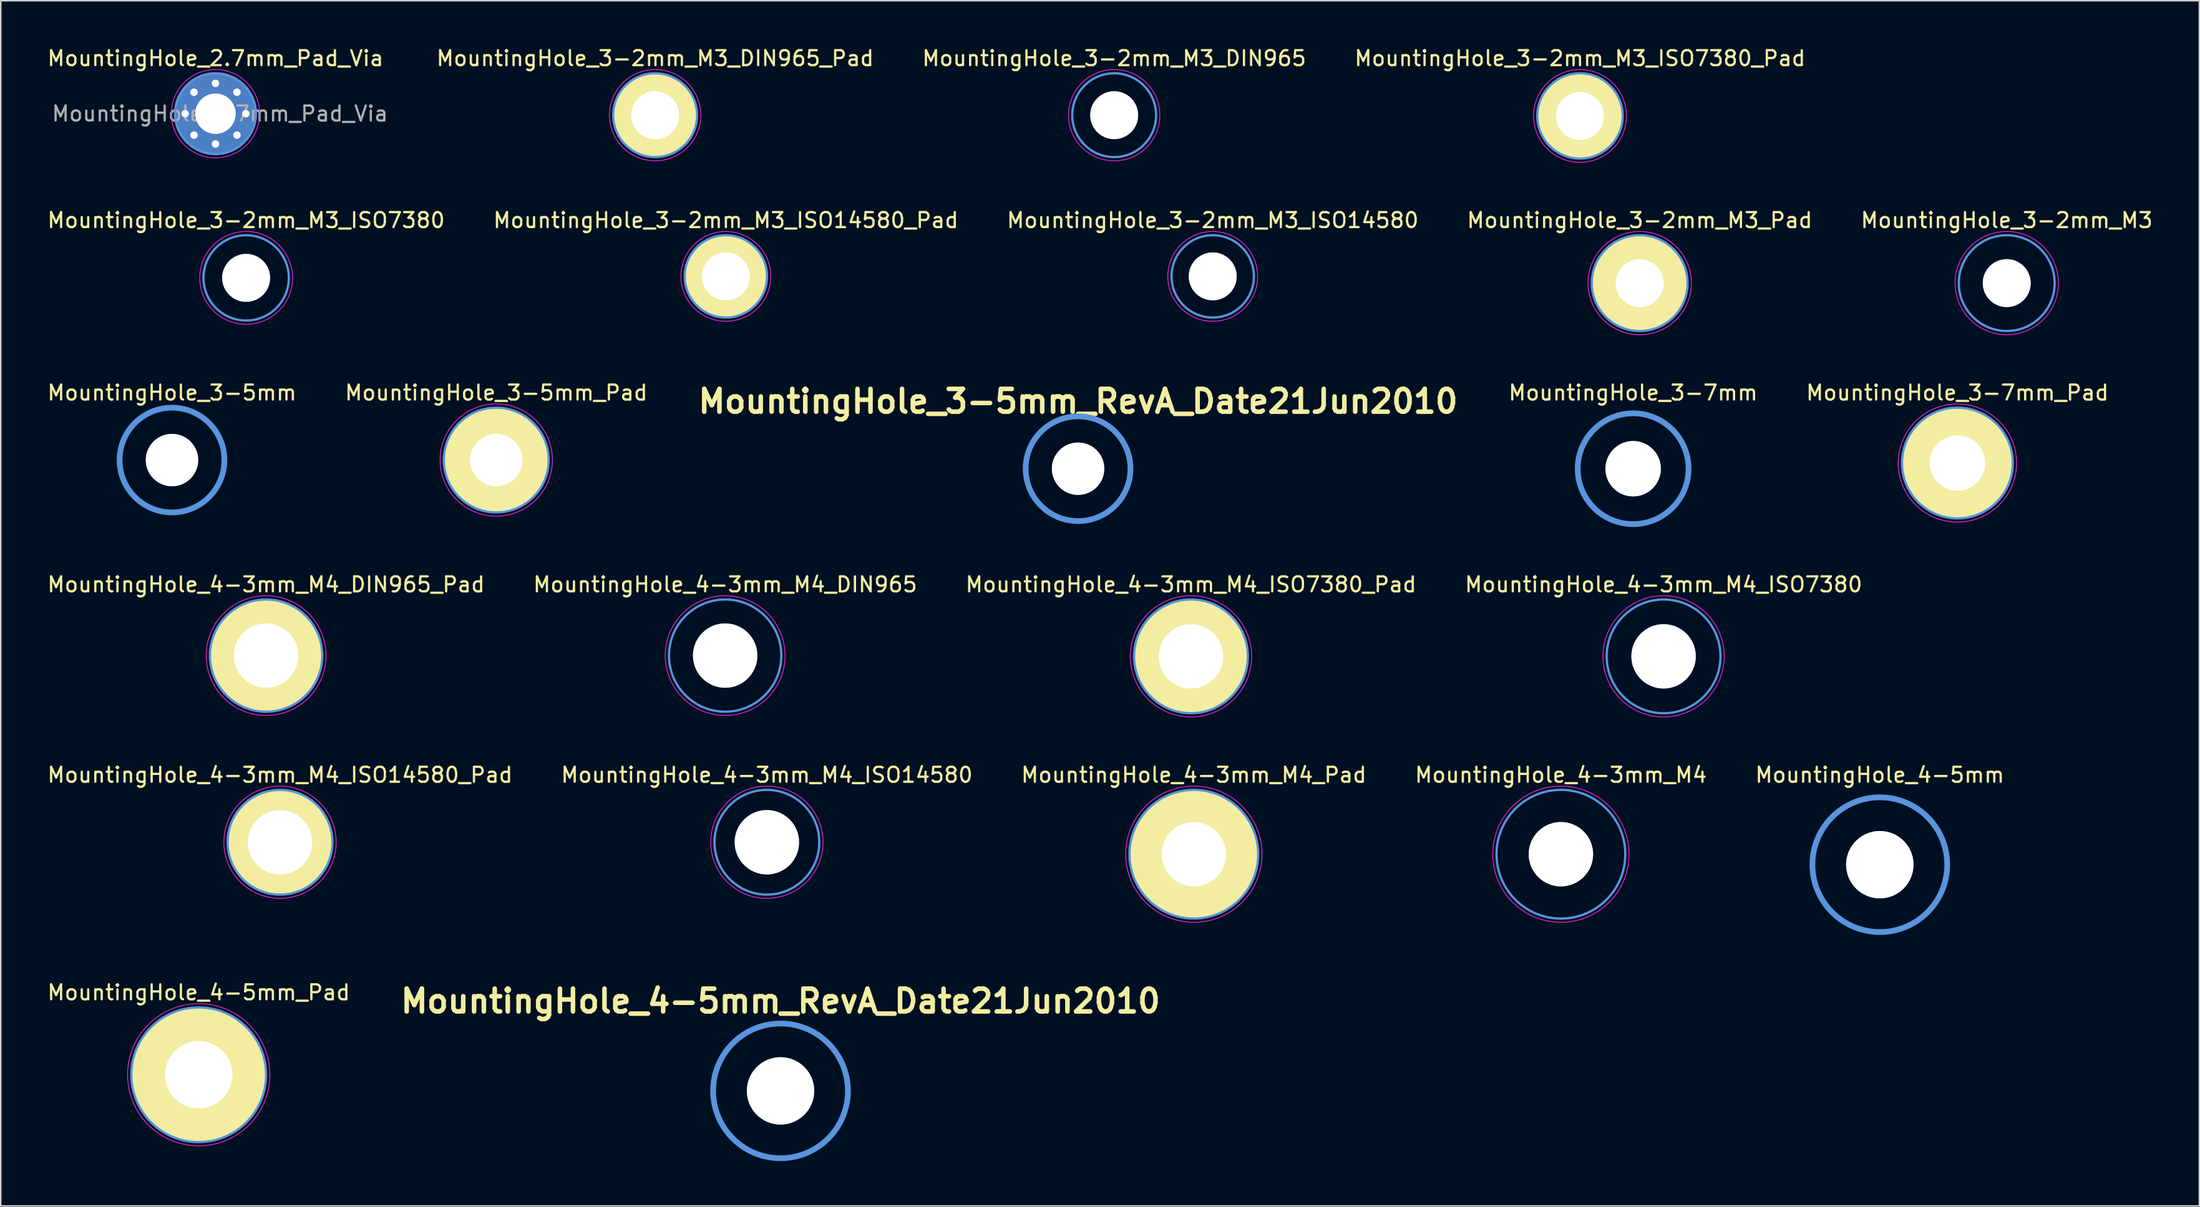
<source format=kicad_pcb>
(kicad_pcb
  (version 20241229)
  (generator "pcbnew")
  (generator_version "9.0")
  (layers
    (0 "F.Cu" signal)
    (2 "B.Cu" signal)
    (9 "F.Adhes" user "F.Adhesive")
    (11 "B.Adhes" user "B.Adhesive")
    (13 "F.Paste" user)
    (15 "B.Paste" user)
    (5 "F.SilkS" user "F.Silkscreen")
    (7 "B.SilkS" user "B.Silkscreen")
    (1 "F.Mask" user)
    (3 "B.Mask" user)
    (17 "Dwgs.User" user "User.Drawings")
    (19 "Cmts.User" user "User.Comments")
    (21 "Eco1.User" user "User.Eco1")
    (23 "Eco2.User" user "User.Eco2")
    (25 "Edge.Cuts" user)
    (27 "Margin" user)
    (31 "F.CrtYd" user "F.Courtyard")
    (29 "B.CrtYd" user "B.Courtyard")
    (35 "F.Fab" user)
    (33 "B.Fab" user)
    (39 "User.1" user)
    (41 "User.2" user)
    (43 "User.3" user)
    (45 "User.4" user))
  (footprint "MountingHole_4-3mm_M4_ISO14580_Pad"
    (layer "F.Cu")
    (at 15.649 53.238)
    (property "Reference" "MountingHole_4-3mm_M4_ISO14580_Pad" (at 0 -4.5 0) (layer "F.SilkS") (effects (font (size 1 1) (thickness 0.15))))
    (attr through_hole)
    (fp_circle (center 0 0) (end 3.5 0) (stroke (width 0.15) (type solid)) (fill no) (layer "Cmts.User"))
    (fp_circle (center 0 0) (end 3.75 0) (stroke (width 0.05) (type solid)) (fill no) (layer "F.CrtYd"))
    (pad "1" thru_hole circle (at 0 0) (size 7 7) (drill 4.3) (layers "*.Cu" "*.Mask" "F.SilkS")))
  (footprint "MountingHole_4-3mm_M4"
    (layer "F.Cu")
    (at 101.185 54.038)
    (property "Reference" "MountingHole_4-3mm_M4" (at 0 -5.3 0) (layer "F.SilkS") (effects (font (size 1 1) (thickness 0.15))))
    (attr through_hole)
    (fp_circle (center 0 0) (end 4.3 0) (stroke (width 0.15) (type solid)) (fill no) (layer "Cmts.User"))
    (fp_circle (center 0 0) (end 4.55 0) (stroke (width 0.05) (type solid)) (fill no) (layer "F.CrtYd"))
    (pad "" thru_hole circle (at 0 0) (size 4.3 4.3) (drill 4.3) (layers)))
  (footprint "MountingHole_4-3mm_M4_ISO7380_Pad"
    (layer "F.Cu")
    (at 76.482 40.814)
    (property "Reference" "MountingHole_4-3mm_M4_ISO7380_Pad" (at 0 -4.8 0) (layer "F.SilkS") (effects (font (size 1 1) (thickness 0.15))))
    (attr through_hole)
    (fp_circle (center 0 0) (end 3.8 0) (stroke (width 0.15) (type solid)) (fill no) (layer "Cmts.User"))
    (fp_circle (center 0 0) (end 4.05 0) (stroke (width 0.05) (type solid)) (fill no) (layer "F.CrtYd"))
    (pad "1" thru_hole circle (at 0 0) (size 7.6 7.6) (drill 4.3) (layers "*.Cu" "*.Mask" "F.SilkS")))
  (footprint "MountingHole_3-7mm"
    (layer "F.Cu")
    (at 106.009 28.275)
    (property "Reference" "MountingHole_3-7mm" (at 0 -5.08 0) (layer "F.SilkS") (effects (font (size 1 1) (thickness 0.15))))
    (attr through_hole)
    (fp_circle (center 0 0) (end 3.701 0) (stroke (width 0.381) (type solid)) (fill no) (layer "Cmts.User"))
    (pad "" thru_hole circle (at 0 0) (size 3.701 3.701) (drill 3.701) (layers)))
  (footprint "MountingHole_3-5mm"
    (layer "F.Cu")
    (at 8.435 27.696)
    (property "Reference" "MountingHole_3-5mm" (at 0 -4.501 0) (layer "F.SilkS") (effects (font (size 1 1) (thickness 0.15))))
    (attr through_hole)
    (fp_circle (center 0 0) (end 3.5 0) (stroke (width 0.381) (type solid)) (fill no) (layer "Cmts.User"))
    (pad "" thru_hole circle (at 0 0) (size 3.5 3.5) (drill 3.5) (layers)))
  (footprint "MountingHole_4-3mm_M4_Pad"
    (layer "F.Cu")
    (at 76.673 54.038)
    (property "Reference" "MountingHole_4-3mm_M4_Pad" (at 0 -5.3 0) (layer "F.SilkS") (effects (font (size 1 1) (thickness 0.15))))
    (attr through_hole)
    (fp_circle (center 0 0) (end 4.3 0) (stroke (width 0.15) (type solid)) (fill no) (layer "Cmts.User"))
    (fp_circle (center 0 0) (end 4.55 0) (stroke (width 0.05) (type solid)) (fill no) (layer "F.CrtYd"))
    (pad "1" thru_hole circle (at 0 0) (size 8.6 8.6) (drill 4.3) (layers "*.Cu" "*.Mask" "F.SilkS")))
  (footprint "MountingHole_3-2mm_M3_ISO14580_Pad"
    (layer "F.Cu")
    (at 45.423 15.421)
    (property "Reference" "MountingHole_3-2mm_M3_ISO14580_Pad" (at 0 -3.75 0) (layer "F.SilkS") (effects (font (size 1 1) (thickness 0.15))))
    (attr through_hole)
    (fp_circle (center 0 0) (end 2.75 0) (stroke (width 0.15) (type solid)) (fill no) (layer "Cmts.User"))
    (fp_circle (center 0 0) (end 3 0) (stroke (width 0.05) (type solid)) (fill no) (layer "F.CrtYd"))
    (pad "1" thru_hole circle (at 0 0) (size 5.5 5.5) (drill 3.2) (layers "*.Cu" "*.Mask" "F.SilkS")))
  (footprint "MountingHole_4-3mm_M4_ISO7380"
    (layer "F.Cu")
    (at 108.042 40.814)
    (property "Reference" "MountingHole_4-3mm_M4_ISO7380" (at 0 -4.8 0) (layer "F.SilkS") (effects (font (size 1 1) (thickness 0.15))))
    (attr through_hole)
    (fp_circle (center 0 0) (end 3.8 0) (stroke (width 0.15) (type solid)) (fill no) (layer "Cmts.User"))
    (fp_circle (center 0 0) (end 4.05 0) (stroke (width 0.05) (type solid)) (fill no) (layer "F.CrtYd"))
    (pad "" thru_hole circle (at 0 0) (size 4.3 4.3) (drill 4.3) (layers)))
  (footprint "MountingHole_4-3mm_M4_DIN965"
    (layer "F.Cu")
    (at 45.375 40.764)
    (property "Reference" "MountingHole_4-3mm_M4_DIN965" (at 0 -4.75 0) (layer "F.SilkS") (effects (font (size 1 1) (thickness 0.15))))
    (attr through_hole)
    (fp_circle (center 0 0) (end 3.75 0) (stroke (width 0.15) (type solid)) (fill no) (layer "Cmts.User"))
    (fp_circle (center 0 0) (end 4 0) (stroke (width 0.05) (type solid)) (fill no) (layer "F.CrtYd"))
    (pad "" thru_hole circle (at 0 0) (size 4.3 4.3) (drill 4.3) (layers)))
  (footprint "MountingHole_4-3mm_M4_DIN965_Pad"
    (layer "F.Cu")
    (at 14.72 40.764)
    (property "Reference" "MountingHole_4-3mm_M4_DIN965_Pad" (at 0 -4.75 0) (layer "F.SilkS") (effects (font (size 1 1) (thickness 0.15))))
    (attr through_hole)
    (fp_circle (center 0 0) (end 3.75 0) (stroke (width 0.15) (type solid)) (fill no) (layer "Cmts.User"))
    (fp_circle (center 0 0) (end 4 0) (stroke (width 0.05) (type solid)) (fill no) (layer "F.CrtYd"))
    (pad "1" thru_hole circle (at 0 0) (size 7.5 7.5) (drill 4.3) (layers "*.Cu" "*.Mask" "F.SilkS")))
  (footprint "MountingHole_3-2mm_M3_DIN965_Pad"
    (layer "F.Cu")
    (at 40.699 4.648)
    (property "Reference" "MountingHole_3-2mm_M3_DIN965_Pad" (at 0 -3.8 0) (layer "F.SilkS") (effects (font (size 1 1) (thickness 0.15))))
    (attr through_hole)
    (fp_circle (center 0 0) (end 2.8 0) (stroke (width 0.15) (type solid)) (fill no) (layer "Cmts.User"))
    (fp_circle (center 0 0) (end 3.05 0) (stroke (width 0.05) (type solid)) (fill no) (layer "F.CrtYd"))
    (pad "1" thru_hole circle (at 0 0) (size 5.6 5.6) (drill 3.2) (layers "*.Cu" "*.Mask" "F.SilkS")))
  (footprint "MountingHole_3-2mm_M3_Pad"
    (layer "F.Cu")
    (at 106.446 15.871)
    (property "Reference" "MountingHole_3-2mm_M3_Pad" (at 0 -4.2 0) (layer "F.SilkS") (effects (font (size 1 1) (thickness 0.15))))
    (attr through_hole)
    (fp_circle (center 0 0) (end 3.2 0) (stroke (width 0.15) (type solid)) (fill no) (layer "Cmts.User"))
    (fp_circle (center 0 0) (end 3.45 0) (stroke (width 0.05) (type solid)) (fill no) (layer "F.CrtYd"))
    (pad "1" thru_hole circle (at 0 0) (size 6.4 6.4) (drill 3.2) (layers "*.Cu" "*.Mask" "F.SilkS")))
  (footprint "MountingHole_3-2mm_M3_ISO7380"
    (layer "F.Cu")
    (at 13.387 15.521)
    (property "Reference" "MountingHole_3-2mm_M3_ISO7380" (at 0 -3.85 0) (layer "F.SilkS") (effects (font (size 1 1) (thickness 0.15))))
    (attr through_hole)
    (fp_circle (center 0 0) (end 2.85 0) (stroke (width 0.15) (type solid)) (fill no) (layer "Cmts.User"))
    (fp_circle (center 0 0) (end 3.1 0) (stroke (width 0.05) (type solid)) (fill no) (layer "F.CrtYd"))
    (pad "" thru_hole circle (at 0 0) (size 3.2 3.2) (drill 3.2) (layers)))
  (footprint "MountingHole_3-2mm_M3"
    (layer "F.Cu")
    (at 130.958 15.871)
    (property "Reference" "MountingHole_3-2mm_M3" (at 0 -4.2 0) (layer "F.SilkS") (effects (font (size 1 1) (thickness 0.15))))
    (attr through_hole)
    (fp_circle (center 0 0) (end 3.2 0) (stroke (width 0.15) (type solid)) (fill no) (layer "Cmts.User"))
    (fp_circle (center 0 0) (end 3.45 0) (stroke (width 0.05) (type solid)) (fill no) (layer "F.CrtYd"))
    (pad "" thru_hole circle (at 0 0) (size 3.2 3.2) (drill 3.2) (layers)))
  (footprint "MountingHole_4-5mm"
    (layer "F.Cu")
    (at 122.482 54.737)
    (property "Reference" "MountingHole_4-5mm" (at 0 -5.999 0) (layer "F.SilkS") (effects (font (size 1 1) (thickness 0.15))))
    (attr through_hole)
    (fp_circle (center 0 0) (end 4.501 0) (stroke (width 0.381) (type solid)) (fill no) (layer "Cmts.User"))
    (pad "" thru_hole circle (at 0 0) (size 4.501 4.501) (drill 4.501) (layers)))
  (footprint "MountingHole_3-5mm_RevA_Date21Jun2010"
    (layer "F.Cu")
    (at 68.942 28.274)
    (property "Reference" "MountingHole_3-5mm_RevA_Date21Jun2010" (at 0 -4.501 0) (layer "F.SilkS") (effects (font (size 1.524 1.524) (thickness 0.305))))
    (attr through_hole)
    (fp_circle (center 0 0) (end 3.5 0) (stroke (width 0.381) (type solid)) (fill no) (layer "Cmts.User"))
    (pad "" thru_hole circle (at 0 0) (size 3.5 3.5) (drill 3.5) (layers)))
  (footprint "MountingHole_2.7mm_Pad_Via"
    (layer "F.Cu")
    (at 11.339 4.548)
    (property "Reference" "MountingHole_2.7mm_Pad_Via" (at 0 -3.7 0) (layer "F.SilkS") (effects (font (size 1 1) (thickness 0.15))))
    (attr through_hole)
    (fp_circle (center 0 0) (end 2.7 0) (stroke (width 0.15) (type solid)) (fill no) (layer "Cmts.User"))
    (fp_circle (center 0 0) (end 2.95 0) (stroke (width 0.05) (type solid)) (fill no) (layer "F.CrtYd"))
    (fp_text user "${REFERENCE}" (at 0.3 0 0) (layer "F.Fab") (effects (font (size 1 1) (thickness 0.15))))
    (pad "" thru_hole circle (at -2.025 0) (size 0.6 0.6) (drill 0.5) (layers "*.Cu" "*.Mask"))
    (pad "" thru_hole circle (at -1.432 -1.432) (size 0.6 0.6) (drill 0.5) (layers "*.Cu" "*.Mask"))
    (pad "" thru_hole circle (at -1.432 1.432) (size 0.6 0.6) (drill 0.5) (layers "*.Cu" "*.Mask"))
    (pad "" thru_hole circle (at 0 -2.025) (size 0.6 0.6) (drill 0.5) (layers "*.Cu" "*.Mask"))
    (pad "" thru_hole circle (at 0 2.025) (size 0.6 0.6) (drill 0.5) (layers "*.Cu" "*.Mask"))
    (pad "" thru_hole circle (at 1.432 -1.432) (size 0.6 0.6) (drill 0.5) (layers "*.Cu" "*.Mask"))
    (pad "" thru_hole circle (at 1.432 1.432) (size 0.6 0.6) (drill 0.5) (layers "*.Cu" "*.Mask"))
    (pad "" thru_hole circle (at 2.025 0) (size 0.6 0.6) (drill 0.5) (layers "*.Cu" "*.Mask"))
    (pad "1" thru_hole circle (at 0 0) (size 5.4 5.4) (drill 2.7) (layers "*.Cu" "*.Mask")))
  (footprint "MountingHole_3-7mm_Pad"
    (layer "F.Cu")
    (at 127.663 27.895)
    (property "Reference" "MountingHole_3-7mm_Pad" (at 0 -4.7 0) (layer "F.SilkS") (effects (font (size 1 1) (thickness 0.15))))
    (attr through_hole)
    (fp_circle (center 0 0) (end 3.7 0) (stroke (width 0.15) (type solid)) (fill no) (layer "Cmts.User"))
    (fp_circle (center 0 0) (end 3.95 0) (stroke (width 0.05) (type solid)) (fill no) (layer "F.CrtYd"))
    (pad "1" thru_hole circle (at 0 0) (size 7.4 7.4) (drill 3.7) (layers "*.Cu" "*.Mask" "F.SilkS")))
  (footprint "MountingHole_3-2mm_M3_ISO14580"
    (layer "F.Cu")
    (at 77.935 15.421)
    (property "Reference" "MountingHole_3-2mm_M3_ISO14580" (at 0 -3.75 0) (layer "F.SilkS") (effects (font (size 1 1) (thickness 0.15))))
    (attr through_hole)
    (fp_circle (center 0 0) (end 2.75 0) (stroke (width 0.15) (type solid)) (fill no) (layer "Cmts.User"))
    (fp_circle (center 0 0) (end 3 0) (stroke (width 0.05) (type solid)) (fill no) (layer "F.CrtYd"))
    (pad "" thru_hole circle (at 0 0) (size 3.2 3.2) (drill 3.2) (layers)))
  (footprint "MountingHole_3-2mm_M3_ISO7380_Pad"
    (layer "F.Cu")
    (at 102.461 4.698)
    (property "Reference" "MountingHole_3-2mm_M3_ISO7380_Pad" (at 0 -3.85 0) (layer "F.SilkS") (effects (font (size 1 1) (thickness 0.15))))
    (attr through_hole)
    (fp_circle (center 0 0) (end 2.85 0) (stroke (width 0.15) (type solid)) (fill no) (layer "Cmts.User"))
    (fp_circle (center 0 0) (end 3.1 0) (stroke (width 0.05) (type solid)) (fill no) (layer "F.CrtYd"))
    (pad "1" thru_hole circle (at 0 0) (size 5.7 5.7) (drill 3.2) (layers "*.Cu" "*.Mask" "F.SilkS")))
  (footprint "MountingHole_4-5mm_Pad"
    (layer "F.Cu")
    (at 10.22 68.777)
    (property "Reference" "MountingHole_4-5mm_Pad" (at 0 -5.5 0) (layer "F.SilkS") (effects (font (size 1 1) (thickness 0.15))))
    (attr through_hole)
    (fp_circle (center 0 0) (end 4.5 0) (stroke (width 0.15) (type solid)) (fill no) (layer "Cmts.User"))
    (fp_circle (center 0 0) (end 4.75 0) (stroke (width 0.05) (type solid)) (fill no) (layer "F.CrtYd"))
    (pad "1" thru_hole circle (at 0 0) (size 9 9) (drill 4.5) (layers "*.Cu" "*.Mask" "F.SilkS")))
  (footprint "MountingHole_3-5mm_Pad"
    (layer "F.Cu")
    (at 30.089 27.695)
    (property "Reference" "MountingHole_3-5mm_Pad" (at 0 -4.5 0) (layer "F.SilkS") (effects (font (size 1 1) (thickness 0.15))))
    (attr through_hole)
    (fp_circle (center 0 0) (end 3.5 0) (stroke (width 0.15) (type solid)) (fill no) (layer "Cmts.User"))
    (fp_circle (center 0 0) (end 3.75 0) (stroke (width 0.05) (type solid)) (fill no) (layer "F.CrtYd"))
    (pad "1" thru_hole circle (at 0 0) (size 7 7) (drill 3.5) (layers "*.Cu" "*.Mask" "F.SilkS")))
  (footprint "MountingHole_3-2mm_M3_DIN965"
    (layer "F.Cu")
    (at 71.354 4.648)
    (property "Reference" "MountingHole_3-2mm_M3_DIN965" (at 0 -3.8 0) (layer "F.SilkS") (effects (font (size 1 1) (thickness 0.15))))
    (attr through_hole)
    (fp_circle (center 0 0) (end 2.8 0) (stroke (width 0.15) (type solid)) (fill no) (layer "Cmts.User"))
    (fp_circle (center 0 0) (end 3.05 0) (stroke (width 0.05) (type solid)) (fill no) (layer "F.CrtYd"))
    (pad "" thru_hole circle (at 0 0) (size 3.2 3.2) (drill 3.2) (layers)))
  (footprint "MountingHole_4-5mm_RevA_Date21Jun2010"
    (layer "F.Cu")
    (at 49.073 69.854)
    (property "Reference" "MountingHole_4-5mm_RevA_Date21Jun2010" (at 0 -5.999 0) (layer "F.SilkS") (effects (font (size 1.524 1.524) (thickness 0.305))))
    (attr through_hole)
    (fp_circle (center 0 0) (end 4.501 0) (stroke (width 0.381) (type solid)) (fill no) (layer "Cmts.User"))
    (pad "" thru_hole circle (at 0 0) (size 4.501 4.501) (drill 4.501) (layers)))
  (footprint "MountingHole_4-3mm_M4_ISO14580"
    (layer "F.Cu")
    (at 48.161 53.238)
    (property "Reference" "MountingHole_4-3mm_M4_ISO14580" (at 0 -4.5 0) (layer "F.SilkS") (effects (font (size 1 1) (thickness 0.15))))
    (attr through_hole)
    (fp_circle (center 0 0) (end 3.5 0) (stroke (width 0.15) (type solid)) (fill no) (layer "Cmts.User"))
    (fp_circle (center 0 0) (end 3.75 0) (stroke (width 0.05) (type solid)) (fill no) (layer "F.CrtYd"))
    (pad "" thru_hole circle (at 0 0) (size 4.3 4.3) (drill 4.3) (layers)))
  (gr_rect
    (start -3 -3)
    (end 143.821 77.546)
    (stroke (width 0.1) (type default))
    (fill no)
    (layer "Edge.Cuts")))
</source>
